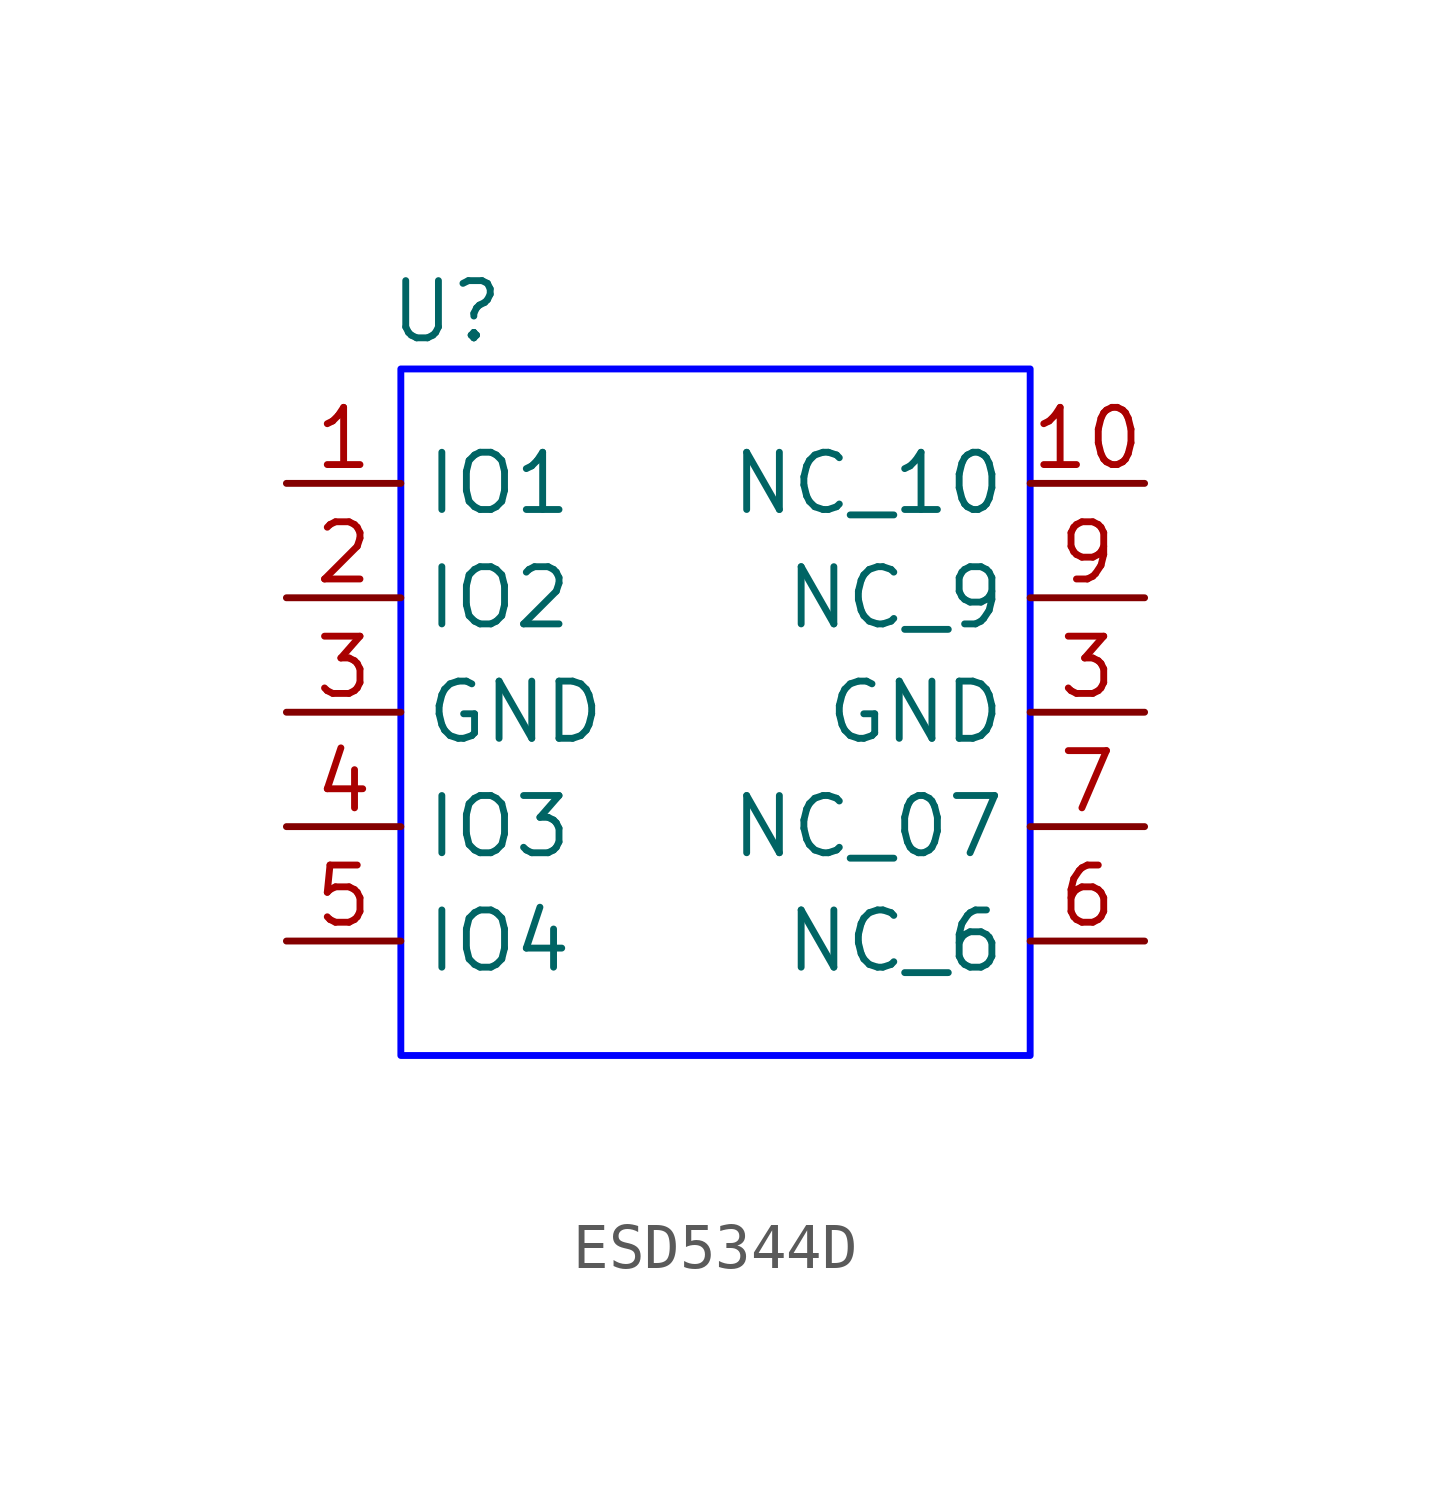
<source format=kicad_sym>
(kicad_symbol_lib
  (version 20230620)
  (generator kicad_symbol_editor)
  (symbol "ESD5344D"
    (property "Reference" "U"
      (at -1.524 17.78 0)
      (effects (font (size 1.27 1.27))))
    (property "Value" ""
      (at 0 0 0)
      (effects (font (size 1.27 1.27))))
    (symbol "ESD5344D_1_1"
      (rectangle (start -2.54 16.51) (end 11.43 1.27) (stroke (width 0) (type default) (color 0 0 255 1)) (fill (type none)))
      (pin passive line (at -5.08 13.97 0) (length 2.54) (name "IO1" (effects (font (size 1.27 1.27)))) (number "1" (effects (font (size 1.27 1.27)))))
      (pin passive line (at 13.97 13.97 180) (length 2.54) (name "NC_10" (effects (font (size 1.27 1.27)))) (number "10" (effects (font (size 1.27 1.27)))))
      (pin passive line (at -5.08 11.43 0) (length 2.54) (name "IO2" (effects (font (size 1.27 1.27)))) (number "2" (effects (font (size 1.27 1.27)))))
      (pin passive line (at -5.08 8.89 0) (length 2.54) (name "GND" (effects (font (size 1.27 1.27)))) (number "3" (effects (font (size 1.27 1.27)))))
      (pin passive line (at 13.97 8.89 180) (length 2.54) (name "GND" (effects (font (size 1.27 1.27)))) (number "3" (effects (font (size 1.27 1.27)))))
      (pin passive line (at -5.08 6.35 0) (length 2.54) (name "IO3" (effects (font (size 1.27 1.27)))) (number "4" (effects (font (size 1.27 1.27)))))
      (pin passive line (at -5.08 3.81 0) (length 2.54) (name "IO4" (effects (font (size 1.27 1.27)))) (number "5" (effects (font (size 1.27 1.27)))))
      (pin passive line (at 13.97 3.81 180) (length 2.54) (name "NC_6" (effects (font (size 1.27 1.27)))) (number "6" (effects (font (size 1.27 1.27)))))
      (pin passive line (at 13.97 6.35 180) (length 2.54) (name "NC_07" (effects (font (size 1.27 1.27)))) (number "7" (effects (font (size 1.27 1.27)))))
      (pin passive line (at 13.97 11.43 180) (length 2.54) (name "NC_9" (effects (font (size 1.27 1.27)))) (number "9" (effects (font (size 1.27 1.27))))))))
</source>
